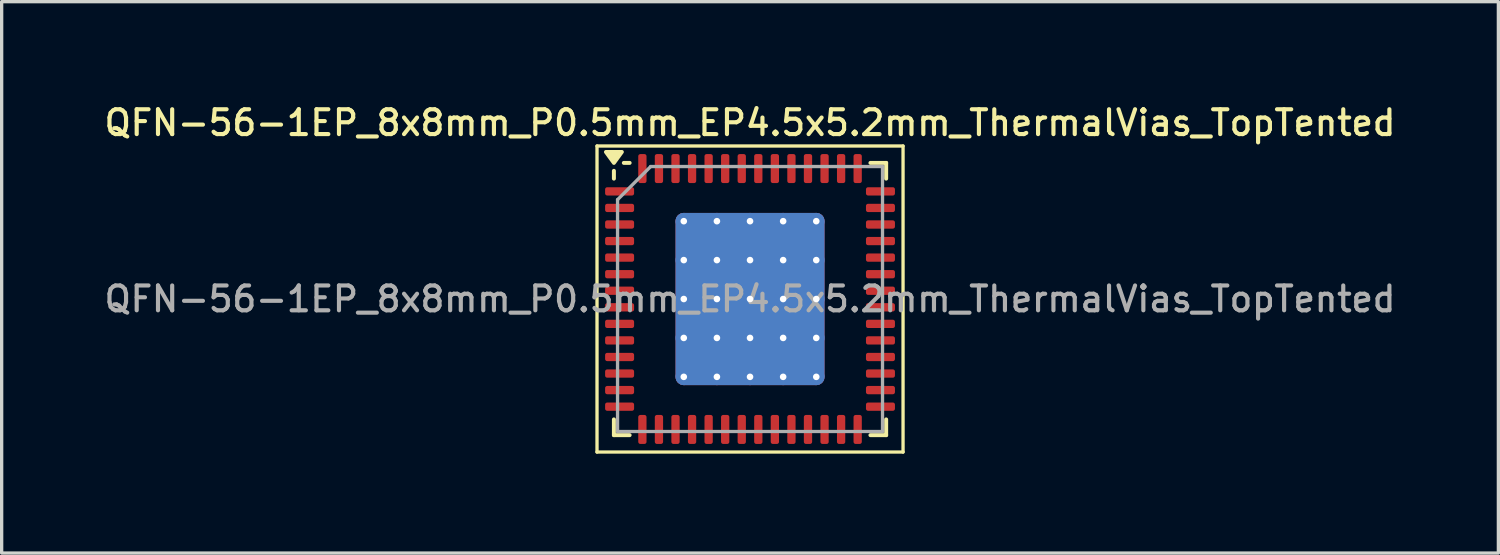
<source format=kicad_pcb>
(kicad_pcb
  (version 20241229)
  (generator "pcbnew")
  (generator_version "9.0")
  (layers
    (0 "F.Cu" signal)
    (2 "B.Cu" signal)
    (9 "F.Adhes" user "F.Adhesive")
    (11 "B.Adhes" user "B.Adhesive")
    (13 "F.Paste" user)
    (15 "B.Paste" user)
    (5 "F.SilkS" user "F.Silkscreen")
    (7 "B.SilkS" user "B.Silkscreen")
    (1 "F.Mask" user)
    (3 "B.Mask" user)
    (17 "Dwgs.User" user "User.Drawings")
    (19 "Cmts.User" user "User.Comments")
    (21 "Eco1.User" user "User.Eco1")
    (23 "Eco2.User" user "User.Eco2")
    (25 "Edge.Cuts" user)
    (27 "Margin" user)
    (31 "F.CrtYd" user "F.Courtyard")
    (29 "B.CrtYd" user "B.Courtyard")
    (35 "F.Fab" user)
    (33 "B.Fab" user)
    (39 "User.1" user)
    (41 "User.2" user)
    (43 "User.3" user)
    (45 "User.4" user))
  (footprint "QFN-56-1EP_8x8mm_P0.5mm_EP4.5x5.2mm_ThermalVias_TopTented"
    (layer "F.Cu")
    (at 19.595 5.978)
    (property "Reference" "QFN-56-1EP_8x8mm_P0.5mm_EP4.5x5.2mm_ThermalVias_TopTented" (at 0 -5.32 0) (layer "F.SilkS") (effects (font (size 0.75 0.75) (thickness 0.125))))
    (attr smd)
    (fp_line (start -4.62 -4.62) (end -4.62 4.62) (stroke (width 0.1) (type solid)) (layer "F.SilkS"))
    (fp_line (start -4.62 4.62) (end 4.62 4.62) (stroke (width 0.1) (type solid)) (layer "F.SilkS"))
    (fp_line (start -4.11 -3.635) (end -4.11 -3.87) (stroke (width 0.12) (type solid)) (layer "F.SilkS"))
    (fp_line (start -4.11 4.11) (end -4.11 3.635) (stroke (width 0.12) (type solid)) (layer "F.SilkS"))
    (fp_line (start -3.635 -4.11) (end -3.81 -4.11) (stroke (width 0.12) (type solid)) (layer "F.SilkS"))
    (fp_line (start -3.635 4.11) (end -4.11 4.11) (stroke (width 0.12) (type solid)) (layer "F.SilkS"))
    (fp_line (start 3.635 -4.11) (end 4.11 -4.11) (stroke (width 0.12) (type solid)) (layer "F.SilkS"))
    (fp_line (start 3.635 4.11) (end 4.11 4.11) (stroke (width 0.12) (type solid)) (layer "F.SilkS"))
    (fp_line (start 4.11 -4.11) (end 4.11 -3.635) (stroke (width 0.12) (type solid)) (layer "F.SilkS"))
    (fp_line (start 4.11 4.11) (end 4.11 3.635) (stroke (width 0.12) (type solid)) (layer "F.SilkS"))
    (fp_line (start 4.62 -4.62) (end -4.62 -4.62) (stroke (width 0.1) (type solid)) (layer "F.SilkS"))
    (fp_line (start 4.62 4.62) (end 4.62 -4.62) (stroke (width 0.1) (type solid)) (layer "F.SilkS"))
    (fp_poly (pts (xy -4.11 -4.11) (xy -4.35 -4.44) (xy -3.87 -4.44) (xy -4.11 -4.11)) (stroke (width 0.12) (type solid)) (fill yes) (layer "F.SilkS"))
    (fp_line (start -4 -3) (end -3 -4) (stroke (width 0.1) (type solid)) (layer "F.Fab"))
    (fp_line (start -4 4) (end -4 -3) (stroke (width 0.1) (type solid)) (layer "F.Fab"))
    (fp_line (start -3 -4) (end 4 -4) (stroke (width 0.1) (type solid)) (layer "F.Fab"))
    (fp_line (start 4 -4) (end 4 4) (stroke (width 0.1) (type solid)) (layer "F.Fab"))
    (fp_line (start 4 4) (end -4 4) (stroke (width 0.1) (type solid)) (layer "F.Fab"))
    (fp_text user "${REFERENCE}" (at 0 0 0) (layer "F.Fab") (effects (font (size 0.75 0.75) (thickness 0.125))))
    (pad "" smd custom (at -1.5 -1.762) (size 0.776 0.776) (layers "F.Mask") (options (anchor circle)) (primitives (gr_poly (pts (xy 0.3 -0.502) (xy -0.3 -0.502) (xy -0.3 -0.838) (xy 0.3 -0.838)) (width 0) (fill yes)) (gr_poly (pts (xy 0.3 0.588) (xy -0.3 0.588) (xy -0.3 0.502) (xy 0.3 0.502)) (width 0) (fill yes)) (gr_poly (pts (xy 0.435 -0.367) (xy 0.435 0.367) (xy 0.3 0.502) (xy -0.3 0.502) (xy -0.435 0.367) (xy -0.435 -0.367) (xy -0.3 -0.502) (xy 0.3 -0.502)) (width 0) (fill yes)) (gr_poly (pts (xy -0.435 0.367) (xy -0.75 0.367) (xy -0.75 -0.367) (xy -0.435 -0.367)) (width 0) (fill yes)) (gr_poly (pts (xy 0.5 0.367) (xy 0.435 0.367) (xy 0.435 -0.367) (xy 0.5 -0.367)) (width 0) (fill yes))))
    (pad "" smd custom (at -1.5 -1.762) (size 0.776 0.776) (layers "F.Paste") (options (anchor circle)) (primitives (gr_poly (pts (xy 0.435 -0.357) (xy 0.435 0.357) (xy 0.29 0.502) (xy -0.29 0.502) (xy -0.435 0.357) (xy -0.435 -0.357) (xy -0.29 -0.502) (xy 0.29 -0.502)) (width 0) (fill yes))))
    (pad "" smd custom (at -1.5 -0.588) (size 0.776 0.776) (layers "F.Mask") (options (anchor circle)) (primitives (gr_poly (pts (xy -0.435 0.367) (xy -0.75 0.367) (xy -0.75 -0.367) (xy -0.435 -0.367)) (width 0) (fill yes)) (gr_poly (pts (xy 0.3 -0.502) (xy -0.3 -0.502) (xy -0.3 -0.588) (xy 0.3 -0.588)) (width 0) (fill yes)) (gr_poly (pts (xy 0.435 -0.367) (xy 0.435 0.367) (xy 0.3 0.502) (xy -0.3 0.502) (xy -0.435 0.367) (xy -0.435 -0.367) (xy -0.3 -0.502) (xy 0.3 -0.502)) (width 0) (fill yes)) (gr_poly (pts (xy 0.3 0.588) (xy -0.3 0.588) (xy -0.3 0.502) (xy 0.3 0.502)) (width 0) (fill yes)) (gr_poly (pts (xy 0.5 0.367) (xy 0.435 0.367) (xy 0.435 -0.367) (xy 0.5 -0.367)) (width 0) (fill yes))))
    (pad "" smd custom (at -1.5 -0.588) (size 0.776 0.776) (layers "F.Paste") (options (anchor circle)) (primitives (gr_poly (pts (xy 0.435 -0.357) (xy 0.435 0.357) (xy 0.29 0.502) (xy -0.29 0.502) (xy -0.435 0.357) (xy -0.435 -0.357) (xy -0.29 -0.502) (xy 0.29 -0.502)) (width 0) (fill yes))))
    (pad "" smd custom (at -1.5 0.588) (size 0.776 0.776) (layers "F.Mask") (options (anchor circle)) (primitives (gr_poly (pts (xy -0.435 0.367) (xy -0.75 0.367) (xy -0.75 -0.367) (xy -0.435 -0.367)) (width 0) (fill yes)) (gr_poly (pts (xy 0.3 -0.502) (xy -0.3 -0.502) (xy -0.3 -0.588) (xy 0.3 -0.588)) (width 0) (fill yes)) (gr_poly (pts (xy 0.435 -0.367) (xy 0.435 0.367) (xy 0.3 0.502) (xy -0.3 0.502) (xy -0.435 0.367) (xy -0.435 -0.367) (xy -0.3 -0.502) (xy 0.3 -0.502)) (width 0) (fill yes)) (gr_poly (pts (xy 0.3 0.588) (xy -0.3 0.588) (xy -0.3 0.502) (xy 0.3 0.502)) (width 0) (fill yes)) (gr_poly (pts (xy 0.5 0.367) (xy 0.435 0.367) (xy 0.435 -0.367) (xy 0.5 -0.367)) (width 0) (fill yes))))
    (pad "" smd custom (at -1.5 0.588) (size 0.776 0.776) (layers "F.Paste") (options (anchor circle)) (primitives (gr_poly (pts (xy 0.435 -0.357) (xy 0.435 0.357) (xy 0.29 0.502) (xy -0.29 0.502) (xy -0.435 0.357) (xy -0.435 -0.357) (xy -0.29 -0.502) (xy 0.29 -0.502)) (width 0) (fill yes))))
    (pad "" smd custom (at -1.5 1.762) (size 0.776 0.776) (layers "F.Mask") (options (anchor circle)) (primitives (gr_poly (pts (xy 0.3 0.838) (xy -0.3 0.838) (xy -0.3 0.502) (xy 0.3 0.502)) (width 0) (fill yes)) (gr_poly (pts (xy 0.5 0.367) (xy 0.435 0.367) (xy 0.435 -0.367) (xy 0.5 -0.367)) (width 0) (fill yes)) (gr_poly (pts (xy -0.435 0.367) (xy -0.75 0.367) (xy -0.75 -0.367) (xy -0.435 -0.367)) (width 0) (fill yes)) (gr_poly (pts (xy 0.435 -0.367) (xy 0.435 0.367) (xy 0.3 0.502) (xy -0.3 0.502) (xy -0.435 0.367) (xy -0.435 -0.367) (xy -0.3 -0.502) (xy 0.3 -0.502)) (width 0) (fill yes)) (gr_poly (pts (xy 0.3 -0.502) (xy -0.3 -0.502) (xy -0.3 -0.588) (xy 0.3 -0.588)) (width 0) (fill yes))))
    (pad "" smd custom (at -1.5 1.762) (size 0.776 0.776) (layers "F.Paste") (options (anchor circle)) (primitives (gr_poly (pts (xy 0.435 -0.357) (xy 0.435 0.357) (xy 0.29 0.502) (xy -0.29 0.502) (xy -0.435 0.357) (xy -0.435 -0.357) (xy -0.29 -0.502) (xy 0.29 -0.502)) (width 0) (fill yes))))
    (pad "" smd custom (at -0.5 -1.762) (size 0.776 0.776) (layers "F.Mask") (options (anchor circle)) (primitives (gr_poly (pts (xy 0.5 0.367) (xy 0.435 0.367) (xy 0.435 -0.367) (xy 0.5 -0.367)) (width 0) (fill yes)) (gr_poly (pts (xy 0.435 -0.367) (xy 0.435 0.367) (xy 0.3 0.502) (xy -0.3 0.502) (xy -0.435 0.367) (xy -0.435 -0.367) (xy -0.3 -0.502) (xy 0.3 -0.502)) (width 0) (fill yes)) (gr_poly (pts (xy -0.435 0.367) (xy -0.5 0.367) (xy -0.5 -0.367) (xy -0.435 -0.367)) (width 0) (fill yes)) (gr_poly (pts (xy 0.3 0.588) (xy -0.3 0.588) (xy -0.3 0.502) (xy 0.3 0.502)) (width 0) (fill yes)) (gr_poly (pts (xy 0.3 -0.502) (xy -0.3 -0.502) (xy -0.3 -0.838) (xy 0.3 -0.838)) (width 0) (fill yes))))
    (pad "" smd custom (at -0.5 -1.762) (size 0.776 0.776) (layers "F.Paste") (options (anchor circle)) (primitives (gr_poly (pts (xy 0.435 -0.357) (xy 0.435 0.357) (xy 0.29 0.502) (xy -0.29 0.502) (xy -0.435 0.357) (xy -0.435 -0.357) (xy -0.29 -0.502) (xy 0.29 -0.502)) (width 0) (fill yes))))
    (pad "" smd custom (at -0.5 -0.588) (size 0.776 0.776) (layers "F.Mask") (options (anchor circle)) (primitives (gr_poly (pts (xy 0.3 -0.502) (xy -0.3 -0.502) (xy -0.3 -0.588) (xy 0.3 -0.588)) (width 0) (fill yes)) (gr_poly (pts (xy 0.435 -0.367) (xy 0.435 0.367) (xy 0.3 0.502) (xy -0.3 0.502) (xy -0.435 0.367) (xy -0.435 -0.367) (xy -0.3 -0.502) (xy 0.3 -0.502)) (width 0) (fill yes)) (gr_poly (pts (xy 0.3 0.588) (xy -0.3 0.588) (xy -0.3 0.502) (xy 0.3 0.502)) (width 0) (fill yes)) (gr_poly (pts (xy -0.435 0.367) (xy -0.5 0.367) (xy -0.5 -0.367) (xy -0.435 -0.367)) (width 0) (fill yes)) (gr_poly (pts (xy 0.5 0.367) (xy 0.435 0.367) (xy 0.435 -0.367) (xy 0.5 -0.367)) (width 0) (fill yes))))
    (pad "" smd custom (at -0.5 -0.588) (size 0.776 0.776) (layers "F.Paste") (options (anchor circle)) (primitives (gr_poly (pts (xy 0.435 -0.357) (xy 0.435 0.357) (xy 0.29 0.502) (xy -0.29 0.502) (xy -0.435 0.357) (xy -0.435 -0.357) (xy -0.29 -0.502) (xy 0.29 -0.502)) (width 0) (fill yes))))
    (pad "" smd custom (at -0.5 0.588) (size 0.776 0.776) (layers "F.Mask") (options (anchor circle)) (primitives (gr_poly (pts (xy 0.3 -0.502) (xy -0.3 -0.502) (xy -0.3 -0.588) (xy 0.3 -0.588)) (width 0) (fill yes)) (gr_poly (pts (xy 0.435 -0.367) (xy 0.435 0.367) (xy 0.3 0.502) (xy -0.3 0.502) (xy -0.435 0.367) (xy -0.435 -0.367) (xy -0.3 -0.502) (xy 0.3 -0.502)) (width 0) (fill yes)) (gr_poly (pts (xy 0.3 0.588) (xy -0.3 0.588) (xy -0.3 0.502) (xy 0.3 0.502)) (width 0) (fill yes)) (gr_poly (pts (xy -0.435 0.367) (xy -0.5 0.367) (xy -0.5 -0.367) (xy -0.435 -0.367)) (width 0) (fill yes)) (gr_poly (pts (xy 0.5 0.367) (xy 0.435 0.367) (xy 0.435 -0.367) (xy 0.5 -0.367)) (width 0) (fill yes))))
    (pad "" smd custom (at -0.5 0.588) (size 0.776 0.776) (layers "F.Paste") (options (anchor circle)) (primitives (gr_poly (pts (xy 0.435 -0.357) (xy 0.435 0.357) (xy 0.29 0.502) (xy -0.29 0.502) (xy -0.435 0.357) (xy -0.435 -0.357) (xy -0.29 -0.502) (xy 0.29 -0.502)) (width 0) (fill yes))))
    (pad "" smd custom (at -0.5 1.762) (size 0.776 0.776) (layers "F.Mask") (options (anchor circle)) (primitives (gr_poly (pts (xy 0.3 -0.502) (xy -0.3 -0.502) (xy -0.3 -0.588) (xy 0.3 -0.588)) (width 0) (fill yes)) (gr_poly (pts (xy 0.3 0.838) (xy -0.3 0.838) (xy -0.3 0.502) (xy 0.3 0.502)) (width 0) (fill yes)) (gr_poly (pts (xy 0.435 -0.367) (xy 0.435 0.367) (xy 0.3 0.502) (xy -0.3 0.502) (xy -0.435 0.367) (xy -0.435 -0.367) (xy -0.3 -0.502) (xy 0.3 -0.502)) (width 0) (fill yes)) (gr_poly (pts (xy 0.5 0.367) (xy 0.435 0.367) (xy 0.435 -0.367) (xy 0.5 -0.367)) (width 0) (fill yes)) (gr_poly (pts (xy -0.435 0.367) (xy -0.5 0.367) (xy -0.5 -0.367) (xy -0.435 -0.367)) (width 0) (fill yes))))
    (pad "" smd custom (at -0.5 1.762) (size 0.776 0.776) (layers "F.Paste") (options (anchor circle)) (primitives (gr_poly (pts (xy 0.435 -0.357) (xy 0.435 0.357) (xy 0.29 0.502) (xy -0.29 0.502) (xy -0.435 0.357) (xy -0.435 -0.357) (xy -0.29 -0.502) (xy 0.29 -0.502)) (width 0) (fill yes))))
    (pad "" smd custom (at 0.5 -1.762) (size 0.776 0.776) (layers "F.Mask") (options (anchor circle)) (primitives (gr_poly (pts (xy 0.5 0.367) (xy 0.435 0.367) (xy 0.435 -0.367) (xy 0.5 -0.367)) (width 0) (fill yes)) (gr_poly (pts (xy 0.435 -0.367) (xy 0.435 0.367) (xy 0.3 0.502) (xy -0.3 0.502) (xy -0.435 0.367) (xy -0.435 -0.367) (xy -0.3 -0.502) (xy 0.3 -0.502)) (width 0) (fill yes)) (gr_poly (pts (xy -0.435 0.367) (xy -0.5 0.367) (xy -0.5 -0.367) (xy -0.435 -0.367)) (width 0) (fill yes)) (gr_poly (pts (xy 0.3 0.588) (xy -0.3 0.588) (xy -0.3 0.502) (xy 0.3 0.502)) (width 0) (fill yes)) (gr_poly (pts (xy 0.3 -0.502) (xy -0.3 -0.502) (xy -0.3 -0.838) (xy 0.3 -0.838)) (width 0) (fill yes))))
    (pad "" smd custom (at 0.5 -1.762) (size 0.776 0.776) (layers "F.Paste") (options (anchor circle)) (primitives (gr_poly (pts (xy 0.435 -0.357) (xy 0.435 0.357) (xy 0.29 0.502) (xy -0.29 0.502) (xy -0.435 0.357) (xy -0.435 -0.357) (xy -0.29 -0.502) (xy 0.29 -0.502)) (width 0) (fill yes))))
    (pad "" smd custom (at 0.5 -0.588) (size 0.776 0.776) (layers "F.Mask") (options (anchor circle)) (primitives (gr_poly (pts (xy 0.3 -0.502) (xy -0.3 -0.502) (xy -0.3 -0.588) (xy 0.3 -0.588)) (width 0) (fill yes)) (gr_poly (pts (xy 0.435 -0.367) (xy 0.435 0.367) (xy 0.3 0.502) (xy -0.3 0.502) (xy -0.435 0.367) (xy -0.435 -0.367) (xy -0.3 -0.502) (xy 0.3 -0.502)) (width 0) (fill yes)) (gr_poly (pts (xy 0.3 0.588) (xy -0.3 0.588) (xy -0.3 0.502) (xy 0.3 0.502)) (width 0) (fill yes)) (gr_poly (pts (xy -0.435 0.367) (xy -0.5 0.367) (xy -0.5 -0.367) (xy -0.435 -0.367)) (width 0) (fill yes)) (gr_poly (pts (xy 0.5 0.367) (xy 0.435 0.367) (xy 0.435 -0.367) (xy 0.5 -0.367)) (width 0) (fill yes))))
    (pad "" smd custom (at 0.5 -0.588) (size 0.776 0.776) (layers "F.Paste") (options (anchor circle)) (primitives (gr_poly (pts (xy 0.435 -0.357) (xy 0.435 0.357) (xy 0.29 0.502) (xy -0.29 0.502) (xy -0.435 0.357) (xy -0.435 -0.357) (xy -0.29 -0.502) (xy 0.29 -0.502)) (width 0) (fill yes))))
    (pad "" smd custom (at 0.5 0.588) (size 0.776 0.776) (layers "F.Mask") (options (anchor circle)) (primitives (gr_poly (pts (xy 0.3 -0.502) (xy -0.3 -0.502) (xy -0.3 -0.588) (xy 0.3 -0.588)) (width 0) (fill yes)) (gr_poly (pts (xy 0.435 -0.367) (xy 0.435 0.367) (xy 0.3 0.502) (xy -0.3 0.502) (xy -0.435 0.367) (xy -0.435 -0.367) (xy -0.3 -0.502) (xy 0.3 -0.502)) (width 0) (fill yes)) (gr_poly (pts (xy 0.3 0.588) (xy -0.3 0.588) (xy -0.3 0.502) (xy 0.3 0.502)) (width 0) (fill yes)) (gr_poly (pts (xy -0.435 0.367) (xy -0.5 0.367) (xy -0.5 -0.367) (xy -0.435 -0.367)) (width 0) (fill yes)) (gr_poly (pts (xy 0.5 0.367) (xy 0.435 0.367) (xy 0.435 -0.367) (xy 0.5 -0.367)) (width 0) (fill yes))))
    (pad "" smd custom (at 0.5 0.588) (size 0.776 0.776) (layers "F.Paste") (options (anchor circle)) (primitives (gr_poly (pts (xy 0.435 -0.357) (xy 0.435 0.357) (xy 0.29 0.502) (xy -0.29 0.502) (xy -0.435 0.357) (xy -0.435 -0.357) (xy -0.29 -0.502) (xy 0.29 -0.502)) (width 0) (fill yes))))
    (pad "" smd custom (at 0.5 1.762) (size 0.776 0.776) (layers "F.Mask") (options (anchor circle)) (primitives (gr_poly (pts (xy 0.3 -0.502) (xy -0.3 -0.502) (xy -0.3 -0.588) (xy 0.3 -0.588)) (width 0) (fill yes)) (gr_poly (pts (xy 0.3 0.838) (xy -0.3 0.838) (xy -0.3 0.502) (xy 0.3 0.502)) (width 0) (fill yes)) (gr_poly (pts (xy 0.435 -0.367) (xy 0.435 0.367) (xy 0.3 0.502) (xy -0.3 0.502) (xy -0.435 0.367) (xy -0.435 -0.367) (xy -0.3 -0.502) (xy 0.3 -0.502)) (width 0) (fill yes)) (gr_poly (pts (xy 0.5 0.367) (xy 0.435 0.367) (xy 0.435 -0.367) (xy 0.5 -0.367)) (width 0) (fill yes)) (gr_poly (pts (xy -0.435 0.367) (xy -0.5 0.367) (xy -0.5 -0.367) (xy -0.435 -0.367)) (width 0) (fill yes))))
    (pad "" smd custom (at 0.5 1.762) (size 0.776 0.776) (layers "F.Paste") (options (anchor circle)) (primitives (gr_poly (pts (xy 0.435 -0.357) (xy 0.435 0.357) (xy 0.29 0.502) (xy -0.29 0.502) (xy -0.435 0.357) (xy -0.435 -0.357) (xy -0.29 -0.502) (xy 0.29 -0.502)) (width 0) (fill yes))))
    (pad "" smd custom (at 1.5 -1.762) (size 0.776 0.776) (layers "F.Mask") (options (anchor circle)) (primitives (gr_poly (pts (xy -0.435 0.367) (xy -0.5 0.367) (xy -0.5 -0.367) (xy -0.435 -0.367)) (width 0) (fill yes)) (gr_poly (pts (xy 0.75 0.367) (xy 0.435 0.367) (xy 0.435 -0.367) (xy 0.75 -0.367)) (width 0) (fill yes)) (gr_poly (pts (xy 0.435 -0.367) (xy 0.435 0.367) (xy 0.3 0.502) (xy -0.3 0.502) (xy -0.435 0.367) (xy -0.435 -0.367) (xy -0.3 -0.502) (xy 0.3 -0.502)) (width 0) (fill yes)) (gr_poly (pts (xy 0.3 0.588) (xy -0.3 0.588) (xy -0.3 0.502) (xy 0.3 0.502)) (width 0) (fill yes)) (gr_poly (pts (xy 0.3 -0.502) (xy -0.3 -0.502) (xy -0.3 -0.838) (xy 0.3 -0.838)) (width 0) (fill yes))))
    (pad "" smd custom (at 1.5 -1.762) (size 0.776 0.776) (layers "F.Paste") (options (anchor circle)) (primitives (gr_poly (pts (xy 0.435 -0.357) (xy 0.435 0.357) (xy 0.29 0.502) (xy -0.29 0.502) (xy -0.435 0.357) (xy -0.435 -0.357) (xy -0.29 -0.502) (xy 0.29 -0.502)) (width 0) (fill yes))))
    (pad "" smd custom (at 1.5 -0.588) (size 0.776 0.776) (layers "F.Mask") (options (anchor circle)) (primitives (gr_poly (pts (xy 0.75 0.367) (xy 0.435 0.367) (xy 0.435 -0.367) (xy 0.75 -0.367)) (width 0) (fill yes)) (gr_poly (pts (xy -0.435 0.367) (xy -0.5 0.367) (xy -0.5 -0.367) (xy -0.435 -0.367)) (width 0) (fill yes)) (gr_poly (pts (xy 0.435 -0.367) (xy 0.435 0.367) (xy 0.3 0.502) (xy -0.3 0.502) (xy -0.435 0.367) (xy -0.435 -0.367) (xy -0.3 -0.502) (xy 0.3 -0.502)) (width 0) (fill yes)) (gr_poly (pts (xy 0.3 0.588) (xy -0.3 0.588) (xy -0.3 0.502) (xy 0.3 0.502)) (width 0) (fill yes)) (gr_poly (pts (xy 0.3 -0.502) (xy -0.3 -0.502) (xy -0.3 -0.588) (xy 0.3 -0.588)) (width 0) (fill yes))))
    (pad "" smd custom (at 1.5 -0.588) (size 0.776 0.776) (layers "F.Paste") (options (anchor circle)) (primitives (gr_poly (pts (xy 0.435 -0.357) (xy 0.435 0.357) (xy 0.29 0.502) (xy -0.29 0.502) (xy -0.435 0.357) (xy -0.435 -0.357) (xy -0.29 -0.502) (xy 0.29 -0.502)) (width 0) (fill yes))))
    (pad "" smd custom (at 1.5 0.588) (size 0.776 0.776) (layers "F.Mask") (options (anchor circle)) (primitives (gr_poly (pts (xy 0.75 0.367) (xy 0.435 0.367) (xy 0.435 -0.367) (xy 0.75 -0.367)) (width 0) (fill yes)) (gr_poly (pts (xy -0.435 0.367) (xy -0.5 0.367) (xy -0.5 -0.367) (xy -0.435 -0.367)) (width 0) (fill yes)) (gr_poly (pts (xy 0.435 -0.367) (xy 0.435 0.367) (xy 0.3 0.502) (xy -0.3 0.502) (xy -0.435 0.367) (xy -0.435 -0.367) (xy -0.3 -0.502) (xy 0.3 -0.502)) (width 0) (fill yes)) (gr_poly (pts (xy 0.3 0.588) (xy -0.3 0.588) (xy -0.3 0.502) (xy 0.3 0.502)) (width 0) (fill yes)) (gr_poly (pts (xy 0.3 -0.502) (xy -0.3 -0.502) (xy -0.3 -0.588) (xy 0.3 -0.588)) (width 0) (fill yes))))
    (pad "" smd custom (at 1.5 0.588) (size 0.776 0.776) (layers "F.Paste") (options (anchor circle)) (primitives (gr_poly (pts (xy 0.435 -0.357) (xy 0.435 0.357) (xy 0.29 0.502) (xy -0.29 0.502) (xy -0.435 0.357) (xy -0.435 -0.357) (xy -0.29 -0.502) (xy 0.29 -0.502)) (width 0) (fill yes))))
    (pad "" smd custom (at 1.5 1.762) (size 0.776 0.776) (layers "F.Mask") (options (anchor circle)) (primitives (gr_poly (pts (xy 0.3 -0.502) (xy -0.3 -0.502) (xy -0.3 -0.588) (xy 0.3 -0.588)) (width 0) (fill yes)) (gr_poly (pts (xy 0.75 0.367) (xy 0.435 0.367) (xy 0.435 -0.367) (xy 0.75 -0.367)) (width 0) (fill yes)) (gr_poly (pts (xy 0.435 -0.367) (xy 0.435 0.367) (xy 0.3 0.502) (xy -0.3 0.502) (xy -0.435 0.367) (xy -0.435 -0.367) (xy -0.3 -0.502) (xy 0.3 -0.502)) (width 0) (fill yes)) (gr_poly (pts (xy 0.3 0.838) (xy -0.3 0.838) (xy -0.3 0.502) (xy 0.3 0.502)) (width 0) (fill yes)) (gr_poly (pts (xy -0.435 0.367) (xy -0.5 0.367) (xy -0.5 -0.367) (xy -0.435 -0.367)) (width 0) (fill yes))))
    (pad "" smd custom (at 1.5 1.762) (size 0.776 0.776) (layers "F.Paste") (options (anchor circle)) (primitives (gr_poly (pts (xy 0.435 -0.357) (xy 0.435 0.357) (xy 0.29 0.502) (xy -0.29 0.502) (xy -0.435 0.357) (xy -0.435 -0.357) (xy -0.29 -0.502) (xy 0.29 -0.502)) (width 0) (fill yes))))
    (pad "1" smd roundrect (at -3.938 -3.25) (size 0.875 0.25) (layers "F.Cu" "F.Mask" "F.Paste") (roundrect_rratio 0.25))
    (pad "2" smd roundrect (at -3.938 -2.75) (size 0.875 0.25) (layers "F.Cu" "F.Mask" "F.Paste") (roundrect_rratio 0.25))
    (pad "3" smd roundrect (at -3.938 -2.25) (size 0.875 0.25) (layers "F.Cu" "F.Mask" "F.Paste") (roundrect_rratio 0.25))
    (pad "4" smd roundrect (at -3.938 -1.75) (size 0.875 0.25) (layers "F.Cu" "F.Mask" "F.Paste") (roundrect_rratio 0.25))
    (pad "5" smd roundrect (at -3.938 -1.25) (size 0.875 0.25) (layers "F.Cu" "F.Mask" "F.Paste") (roundrect_rratio 0.25))
    (pad "6" smd roundrect (at -3.938 -0.75) (size 0.875 0.25) (layers "F.Cu" "F.Mask" "F.Paste") (roundrect_rratio 0.25))
    (pad "7" smd roundrect (at -3.938 -0.25) (size 0.875 0.25) (layers "F.Cu" "F.Mask" "F.Paste") (roundrect_rratio 0.25))
    (pad "8" smd roundrect (at -3.938 0.25) (size 0.875 0.25) (layers "F.Cu" "F.Mask" "F.Paste") (roundrect_rratio 0.25))
    (pad "9" smd roundrect (at -3.938 0.75) (size 0.875 0.25) (layers "F.Cu" "F.Mask" "F.Paste") (roundrect_rratio 0.25))
    (pad "10" smd roundrect (at -3.938 1.25) (size 0.875 0.25) (layers "F.Cu" "F.Mask" "F.Paste") (roundrect_rratio 0.25))
    (pad "11" smd roundrect (at -3.938 1.75) (size 0.875 0.25) (layers "F.Cu" "F.Mask" "F.Paste") (roundrect_rratio 0.25))
    (pad "12" smd roundrect (at -3.938 2.25) (size 0.875 0.25) (layers "F.Cu" "F.Mask" "F.Paste") (roundrect_rratio 0.25))
    (pad "13" smd roundrect (at -3.938 2.75) (size 0.875 0.25) (layers "F.Cu" "F.Mask" "F.Paste") (roundrect_rratio 0.25))
    (pad "14" smd roundrect (at -3.938 3.25) (size 0.875 0.25) (layers "F.Cu" "F.Mask" "F.Paste") (roundrect_rratio 0.25))
    (pad "15" smd roundrect (at -3.25 3.938) (size 0.25 0.875) (layers "F.Cu" "F.Mask" "F.Paste") (roundrect_rratio 0.25))
    (pad "16" smd roundrect (at -2.75 3.938) (size 0.25 0.875) (layers "F.Cu" "F.Mask" "F.Paste") (roundrect_rratio 0.25))
    (pad "17" smd roundrect (at -2.25 3.938) (size 0.25 0.875) (layers "F.Cu" "F.Mask" "F.Paste") (roundrect_rratio 0.25))
    (pad "18" smd roundrect (at -1.75 3.938) (size 0.25 0.875) (layers "F.Cu" "F.Mask" "F.Paste") (roundrect_rratio 0.25))
    (pad "19" smd roundrect (at -1.25 3.938) (size 0.25 0.875) (layers "F.Cu" "F.Mask" "F.Paste") (roundrect_rratio 0.25))
    (pad "20" smd roundrect (at -0.75 3.938) (size 0.25 0.875) (layers "F.Cu" "F.Mask" "F.Paste") (roundrect_rratio 0.25))
    (pad "21" smd roundrect (at -0.25 3.938) (size 0.25 0.875) (layers "F.Cu" "F.Mask" "F.Paste") (roundrect_rratio 0.25))
    (pad "22" smd roundrect (at 0.25 3.938) (size 0.25 0.875) (layers "F.Cu" "F.Mask" "F.Paste") (roundrect_rratio 0.25))
    (pad "23" smd roundrect (at 0.75 3.938) (size 0.25 0.875) (layers "F.Cu" "F.Mask" "F.Paste") (roundrect_rratio 0.25))
    (pad "24" smd roundrect (at 1.25 3.938) (size 0.25 0.875) (layers "F.Cu" "F.Mask" "F.Paste") (roundrect_rratio 0.25))
    (pad "25" smd roundrect (at 1.75 3.938) (size 0.25 0.875) (layers "F.Cu" "F.Mask" "F.Paste") (roundrect_rratio 0.25))
    (pad "26" smd roundrect (at 2.25 3.938) (size 0.25 0.875) (layers "F.Cu" "F.Mask" "F.Paste") (roundrect_rratio 0.25))
    (pad "27" smd roundrect (at 2.75 3.938) (size 0.25 0.875) (layers "F.Cu" "F.Mask" "F.Paste") (roundrect_rratio 0.25))
    (pad "28" smd roundrect (at 3.25 3.938) (size 0.25 0.875) (layers "F.Cu" "F.Mask" "F.Paste") (roundrect_rratio 0.25))
    (pad "29" smd roundrect (at 3.938 3.25) (size 0.875 0.25) (layers "F.Cu" "F.Mask" "F.Paste") (roundrect_rratio 0.25))
    (pad "30" smd roundrect (at 3.938 2.75) (size 0.875 0.25) (layers "F.Cu" "F.Mask" "F.Paste") (roundrect_rratio 0.25))
    (pad "31" smd roundrect (at 3.938 2.25) (size 0.875 0.25) (layers "F.Cu" "F.Mask" "F.Paste") (roundrect_rratio 0.25))
    (pad "32" smd roundrect (at 3.938 1.75) (size 0.875 0.25) (layers "F.Cu" "F.Mask" "F.Paste") (roundrect_rratio 0.25))
    (pad "33" smd roundrect (at 3.938 1.25) (size 0.875 0.25) (layers "F.Cu" "F.Mask" "F.Paste") (roundrect_rratio 0.25))
    (pad "34" smd roundrect (at 3.938 0.75) (size 0.875 0.25) (layers "F.Cu" "F.Mask" "F.Paste") (roundrect_rratio 0.25))
    (pad "35" smd roundrect (at 3.938 0.25) (size 0.875 0.25) (layers "F.Cu" "F.Mask" "F.Paste") (roundrect_rratio 0.25))
    (pad "36" smd roundrect (at 3.938 -0.25) (size 0.875 0.25) (layers "F.Cu" "F.Mask" "F.Paste") (roundrect_rratio 0.25))
    (pad "37" smd roundrect (at 3.938 -0.75) (size 0.875 0.25) (layers "F.Cu" "F.Mask" "F.Paste") (roundrect_rratio 0.25))
    (pad "38" smd roundrect (at 3.938 -1.25) (size 0.875 0.25) (layers "F.Cu" "F.Mask" "F.Paste") (roundrect_rratio 0.25))
    (pad "39" smd roundrect (at 3.938 -1.75) (size 0.875 0.25) (layers "F.Cu" "F.Mask" "F.Paste") (roundrect_rratio 0.25))
    (pad "40" smd roundrect (at 3.938 -2.25) (size 0.875 0.25) (layers "F.Cu" "F.Mask" "F.Paste") (roundrect_rratio 0.25))
    (pad "41" smd roundrect (at 3.938 -2.75) (size 0.875 0.25) (layers "F.Cu" "F.Mask" "F.Paste") (roundrect_rratio 0.25))
    (pad "42" smd roundrect (at 3.938 -3.25) (size 0.875 0.25) (layers "F.Cu" "F.Mask" "F.Paste") (roundrect_rratio 0.25))
    (pad "43" smd roundrect (at 3.25 -3.938) (size 0.25 0.875) (layers "F.Cu" "F.Mask" "F.Paste") (roundrect_rratio 0.25))
    (pad "44" smd roundrect (at 2.75 -3.938) (size 0.25 0.875) (layers "F.Cu" "F.Mask" "F.Paste") (roundrect_rratio 0.25))
    (pad "45" smd roundrect (at 2.25 -3.938) (size 0.25 0.875) (layers "F.Cu" "F.Mask" "F.Paste") (roundrect_rratio 0.25))
    (pad "46" smd roundrect (at 1.75 -3.938) (size 0.25 0.875) (layers "F.Cu" "F.Mask" "F.Paste") (roundrect_rratio 0.25))
    (pad "47" smd roundrect (at 1.25 -3.938) (size 0.25 0.875) (layers "F.Cu" "F.Mask" "F.Paste") (roundrect_rratio 0.25))
    (pad "48" smd roundrect (at 0.75 -3.938) (size 0.25 0.875) (layers "F.Cu" "F.Mask" "F.Paste") (roundrect_rratio 0.25))
    (pad "49" smd roundrect (at 0.25 -3.938) (size 0.25 0.875) (layers "F.Cu" "F.Mask" "F.Paste") (roundrect_rratio 0.25))
    (pad "50" smd roundrect (at -0.25 -3.938) (size 0.25 0.875) (layers "F.Cu" "F.Mask" "F.Paste") (roundrect_rratio 0.25))
    (pad "51" smd roundrect (at -0.75 -3.938) (size 0.25 0.875) (layers "F.Cu" "F.Mask" "F.Paste") (roundrect_rratio 0.25))
    (pad "52" smd roundrect (at -1.25 -3.938) (size 0.25 0.875) (layers "F.Cu" "F.Mask" "F.Paste") (roundrect_rratio 0.25))
    (pad "53" smd roundrect (at -1.75 -3.938) (size 0.25 0.875) (layers "F.Cu" "F.Mask" "F.Paste") (roundrect_rratio 0.25))
    (pad "54" smd roundrect (at -2.25 -3.938) (size 0.25 0.875) (layers "F.Cu" "F.Mask" "F.Paste") (roundrect_rratio 0.25))
    (pad "55" smd roundrect (at -2.75 -3.938) (size 0.25 0.875) (layers "F.Cu" "F.Mask" "F.Paste") (roundrect_rratio 0.25))
    (pad "56" smd roundrect (at -3.25 -3.938) (size 0.25 0.875) (layers "F.Cu" "F.Mask" "F.Paste") (roundrect_rratio 0.25))
    (pad "57" thru_hole circle (at -2 -2.35) (size 0.5 0.5) (drill 0.2) (layers "*.Cu"))
    (pad "57" thru_hole circle (at -2 -1.175) (size 0.5 0.5) (drill 0.2) (layers "*.Cu"))
    (pad "57" thru_hole circle (at -2 0) (size 0.5 0.5) (drill 0.2) (layers "*.Cu"))
    (pad "57" thru_hole circle (at -2 1.175) (size 0.5 0.5) (drill 0.2) (layers "*.Cu"))
    (pad "57" thru_hole circle (at -2 2.35) (size 0.5 0.5) (drill 0.2) (layers "*.Cu"))
    (pad "57" thru_hole circle (at -1 -2.35) (size 0.5 0.5) (drill 0.2) (layers "*.Cu"))
    (pad "57" thru_hole circle (at -1 -1.175) (size 0.5 0.5) (drill 0.2) (layers "*.Cu"))
    (pad "57" thru_hole circle (at -1 0) (size 0.5 0.5) (drill 0.2) (layers "*.Cu"))
    (pad "57" thru_hole circle (at -1 1.175) (size 0.5 0.5) (drill 0.2) (layers "*.Cu"))
    (pad "57" thru_hole circle (at -1 2.35) (size 0.5 0.5) (drill 0.2) (layers "*.Cu"))
    (pad "57" thru_hole circle (at 0 -2.35) (size 0.5 0.5) (drill 0.2) (layers "*.Cu"))
    (pad "57" thru_hole circle (at 0 -1.175) (size 0.5 0.5) (drill 0.2) (layers "*.Cu"))
    (pad "57" thru_hole circle (at 0 0) (size 0.5 0.5) (drill 0.2) (layers "*.Cu"))
    (pad "57" smd roundrect (at 0 0) (size 4.5 5.2) (layers "F.Cu") (roundrect_rratio 0.056))
    (pad "57" smd roundrect (at 0 0) (size 4.5 5.2) (layers "B.Cu") (roundrect_rratio 0.056))
    (pad "57" thru_hole circle (at 0 1.175) (size 0.5 0.5) (drill 0.2) (layers "*.Cu"))
    (pad "57" thru_hole circle (at 0 2.35) (size 0.5 0.5) (drill 0.2) (layers "*.Cu"))
    (pad "57" thru_hole circle (at 1 -2.35) (size 0.5 0.5) (drill 0.2) (layers "*.Cu"))
    (pad "57" thru_hole circle (at 1 -1.175) (size 0.5 0.5) (drill 0.2) (layers "*.Cu"))
    (pad "57" thru_hole circle (at 1 0) (size 0.5 0.5) (drill 0.2) (layers "*.Cu"))
    (pad "57" thru_hole circle (at 1 1.175) (size 0.5 0.5) (drill 0.2) (layers "*.Cu"))
    (pad "57" thru_hole circle (at 1 2.35) (size 0.5 0.5) (drill 0.2) (layers "*.Cu"))
    (pad "57" thru_hole circle (at 2 -2.35) (size 0.5 0.5) (drill 0.2) (layers "*.Cu"))
    (pad "57" thru_hole circle (at 2 -1.175) (size 0.5 0.5) (drill 0.2) (layers "*.Cu"))
    (pad "57" thru_hole circle (at 2 0) (size 0.5 0.5) (drill 0.2) (layers "*.Cu"))
    (pad "57" thru_hole circle (at 2 1.175) (size 0.5 0.5) (drill 0.2) (layers "*.Cu"))
    (pad "57" thru_hole circle (at 2 2.35) (size 0.5 0.5) (drill 0.2) (layers "*.Cu")))
  (gr_rect
    (start -3 -3)
    (end 42.189 13.648)
    (stroke (width 0.1) (type default))
    (fill no)
    (layer "Edge.Cuts")))
</source>
